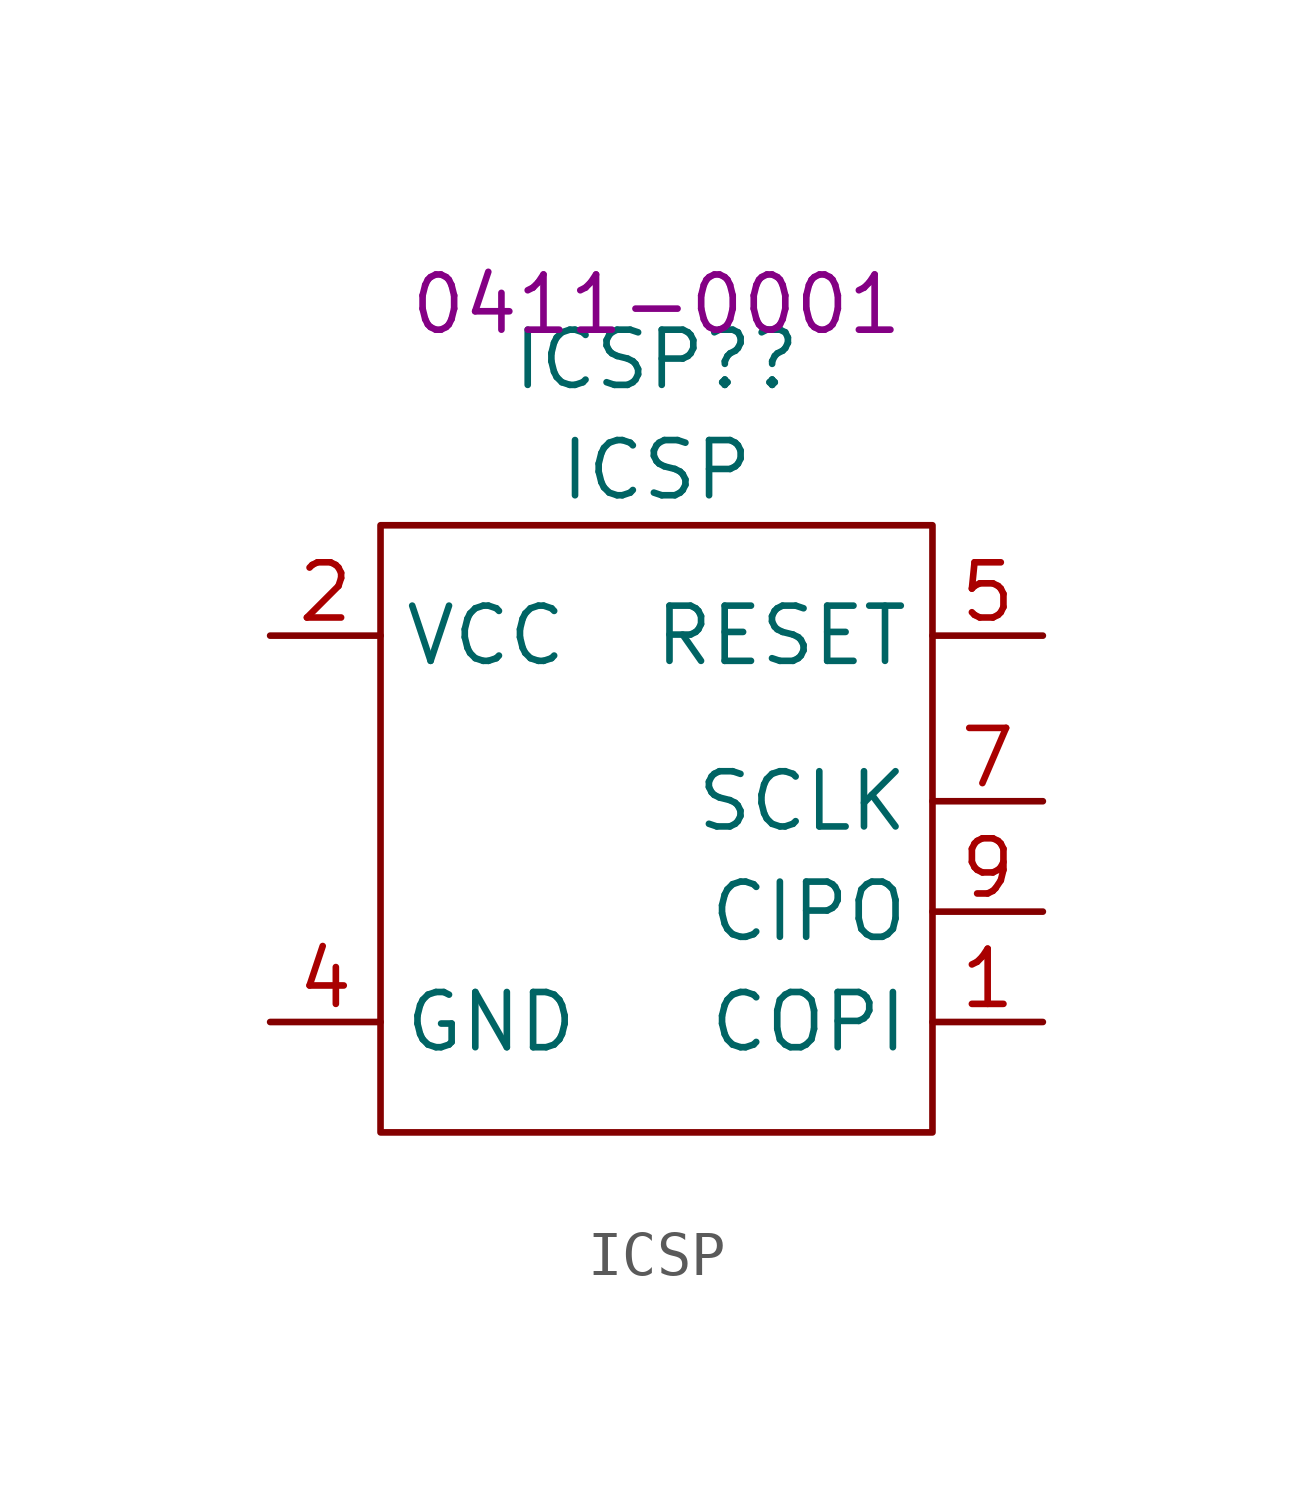
<source format=kicad_sym>
(kicad_symbol_lib
  (version 20220914)
  (generator kicad_symbol_editor)
  (symbol "ICSP"
    (property "Reference" "ICSP?"
      (at 0 3.81 0)
      (effects (font (size 1.27 1.27))))
    (property "Value" "ICSP"
      (at 0 1.27 0)
      (effects (font (size 1.27 1.27))))
    (property "PartNumber" "0411-0001"
      (at 0 5.08 0)
      (effects (font (size 1.27 1.27))))
    (symbol "ICSP_0_0"
      (pin output line (at 8.89 -11.43 180) (length 2.54) (name "COPI" (effects (font (size 1.27 1.27)))) (number "1" (effects (font (size 1.27 1.27)))))
      (pin power_out line (at -8.89 -11.43 0) (length 2.54) hide (name "GND" (effects (font (size 1.27 1.27)))) (number "10" (effects (font (size 1.27 1.27)))))
      (pin power_out line (at -8.89 -2.54 0) (length 2.54) (name "VCC" (effects (font (size 1.27 1.27)))) (number "2" (effects (font (size 1.27 1.27)))))
      (pin power_out line (at -8.89 -11.43 0) (length 2.54) (name "GND" (effects (font (size 1.27 1.27)))) (number "4" (effects (font (size 1.27 1.27)))))
      (pin output line (at 8.89 -2.54 180) (length 2.54) (name "RESET" (effects (font (size 1.27 1.27)))) (number "5" (effects (font (size 1.27 1.27)))))
      (pin power_out line (at -8.89 -11.43 0) (length 2.54) hide (name "GND" (effects (font (size 1.27 1.27)))) (number "6" (effects (font (size 1.27 1.27)))))
      (pin output line (at 8.89 -6.35 180) (length 2.54) (name "SCLK" (effects (font (size 1.27 1.27)))) (number "7" (effects (font (size 1.27 1.27)))))
      (pin power_out line (at -8.89 -11.43 0) (length 2.54) hide (name "GND" (effects (font (size 1.27 1.27)))) (number "8" (effects (font (size 1.27 1.27)))))
      (pin output line (at 8.89 -8.89 180) (length 2.54) (name "CIPO" (effects (font (size 1.27 1.27)))) (number "9" (effects (font (size 1.27 1.27))))))
    (symbol "ICSP_0_1"
      (rectangle (start -6.35 0) (end 6.35 -13.97) (stroke (width 0) (type default)) (fill (type none))))))
</source>
